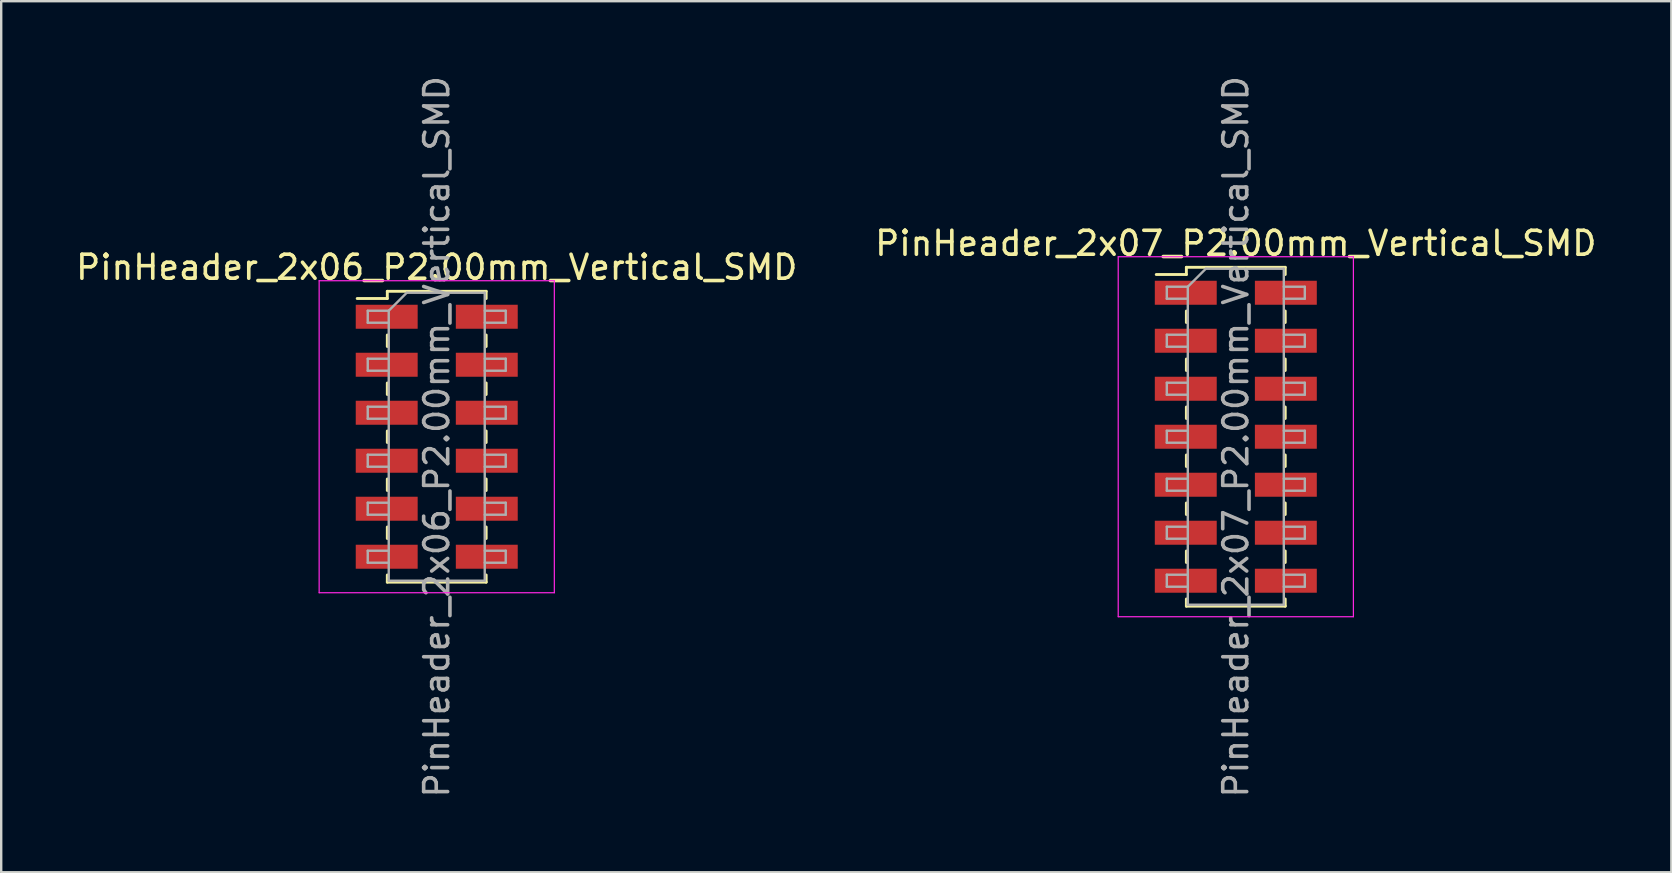
<source format=kicad_pcb>
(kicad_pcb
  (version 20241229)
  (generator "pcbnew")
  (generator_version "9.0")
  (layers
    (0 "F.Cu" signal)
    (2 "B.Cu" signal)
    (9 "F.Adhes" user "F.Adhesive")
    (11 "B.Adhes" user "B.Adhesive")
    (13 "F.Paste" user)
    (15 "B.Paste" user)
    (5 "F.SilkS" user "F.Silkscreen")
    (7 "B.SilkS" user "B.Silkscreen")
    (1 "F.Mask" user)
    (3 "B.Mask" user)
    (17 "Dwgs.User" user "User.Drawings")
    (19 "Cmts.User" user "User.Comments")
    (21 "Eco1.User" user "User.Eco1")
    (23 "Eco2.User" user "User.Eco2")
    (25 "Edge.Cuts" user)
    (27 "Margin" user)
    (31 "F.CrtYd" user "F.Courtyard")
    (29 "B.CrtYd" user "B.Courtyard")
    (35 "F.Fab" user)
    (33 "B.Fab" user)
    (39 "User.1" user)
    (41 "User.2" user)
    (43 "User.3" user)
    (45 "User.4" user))
  (footprint "PinHeader_2x07_P2.00mm_Vertical_SMD"
    (layer "F.Cu")
    (at 48.446 15.149)
    (property "Reference" "PinHeader_2x07_P2.00mm_Vertical_SMD" (at 0 -8.06 0) (layer "F.SilkS") (effects (font (size 1 1) (thickness 0.15))))
    (attr smd)
    (fp_line (start -3.315 -6.76) (end -2.06 -6.76) (stroke (width 0.12) (type solid)) (layer "F.SilkS"))
    (fp_line (start -2.06 -7.06) (end -2.06 -6.76) (stroke (width 0.12) (type solid)) (layer "F.SilkS"))
    (fp_line (start -2.06 -7.06) (end 2.06 -7.06) (stroke (width 0.12) (type solid)) (layer "F.SilkS"))
    (fp_line (start -2.06 -5.24) (end -2.06 -4.76) (stroke (width 0.12) (type solid)) (layer "F.SilkS"))
    (fp_line (start -2.06 -3.24) (end -2.06 -2.76) (stroke (width 0.12) (type solid)) (layer "F.SilkS"))
    (fp_line (start -2.06 -1.24) (end -2.06 -0.76) (stroke (width 0.12) (type solid)) (layer "F.SilkS"))
    (fp_line (start -2.06 0.76) (end -2.06 1.24) (stroke (width 0.12) (type solid)) (layer "F.SilkS"))
    (fp_line (start -2.06 2.76) (end -2.06 3.24) (stroke (width 0.12) (type solid)) (layer "F.SilkS"))
    (fp_line (start -2.06 4.76) (end -2.06 5.24) (stroke (width 0.12) (type solid)) (layer "F.SilkS"))
    (fp_line (start -2.06 6.76) (end -2.06 7.06) (stroke (width 0.12) (type solid)) (layer "F.SilkS"))
    (fp_line (start -2.06 7.06) (end 2.06 7.06) (stroke (width 0.12) (type solid)) (layer "F.SilkS"))
    (fp_line (start 2.06 -7.06) (end 2.06 -6.76) (stroke (width 0.12) (type solid)) (layer "F.SilkS"))
    (fp_line (start 2.06 -5.24) (end 2.06 -4.76) (stroke (width 0.12) (type solid)) (layer "F.SilkS"))
    (fp_line (start 2.06 -3.24) (end 2.06 -2.76) (stroke (width 0.12) (type solid)) (layer "F.SilkS"))
    (fp_line (start 2.06 -1.24) (end 2.06 -0.76) (stroke (width 0.12) (type solid)) (layer "F.SilkS"))
    (fp_line (start 2.06 0.76) (end 2.06 1.24) (stroke (width 0.12) (type solid)) (layer "F.SilkS"))
    (fp_line (start 2.06 2.76) (end 2.06 3.24) (stroke (width 0.12) (type solid)) (layer "F.SilkS"))
    (fp_line (start 2.06 4.76) (end 2.06 5.24) (stroke (width 0.12) (type solid)) (layer "F.SilkS"))
    (fp_line (start 2.06 6.76) (end 2.06 7.06) (stroke (width 0.12) (type solid)) (layer "F.SilkS"))
    (fp_line (start -4.9 -7.5) (end -4.9 7.5) (stroke (width 0.05) (type solid)) (layer "F.CrtYd"))
    (fp_line (start -4.9 7.5) (end 4.9 7.5) (stroke (width 0.05) (type solid)) (layer "F.CrtYd"))
    (fp_line (start 4.9 -7.5) (end -4.9 -7.5) (stroke (width 0.05) (type solid)) (layer "F.CrtYd"))
    (fp_line (start 4.9 7.5) (end 4.9 -7.5) (stroke (width 0.05) (type solid)) (layer "F.CrtYd"))
    (fp_line (start -2.875 -6.25) (end -2.875 -5.75) (stroke (width 0.1) (type solid)) (layer "F.Fab"))
    (fp_line (start -2.875 -5.75) (end -2 -5.75) (stroke (width 0.1) (type solid)) (layer "F.Fab"))
    (fp_line (start -2.875 -4.25) (end -2.875 -3.75) (stroke (width 0.1) (type solid)) (layer "F.Fab"))
    (fp_line (start -2.875 -3.75) (end -2 -3.75) (stroke (width 0.1) (type solid)) (layer "F.Fab"))
    (fp_line (start -2.875 -2.25) (end -2.875 -1.75) (stroke (width 0.1) (type solid)) (layer "F.Fab"))
    (fp_line (start -2.875 -1.75) (end -2 -1.75) (stroke (width 0.1) (type solid)) (layer "F.Fab"))
    (fp_line (start -2.875 -0.25) (end -2.875 0.25) (stroke (width 0.1) (type solid)) (layer "F.Fab"))
    (fp_line (start -2.875 0.25) (end -2 0.25) (stroke (width 0.1) (type solid)) (layer "F.Fab"))
    (fp_line (start -2.875 1.75) (end -2.875 2.25) (stroke (width 0.1) (type solid)) (layer "F.Fab"))
    (fp_line (start -2.875 2.25) (end -2 2.25) (stroke (width 0.1) (type solid)) (layer "F.Fab"))
    (fp_line (start -2.875 3.75) (end -2.875 4.25) (stroke (width 0.1) (type solid)) (layer "F.Fab"))
    (fp_line (start -2.875 4.25) (end -2 4.25) (stroke (width 0.1) (type solid)) (layer "F.Fab"))
    (fp_line (start -2.875 5.75) (end -2.875 6.25) (stroke (width 0.1) (type solid)) (layer "F.Fab"))
    (fp_line (start -2.875 6.25) (end -2 6.25) (stroke (width 0.1) (type solid)) (layer "F.Fab"))
    (fp_line (start -2 -6.25) (end -2.875 -6.25) (stroke (width 0.1) (type solid)) (layer "F.Fab"))
    (fp_line (start -2 -6.25) (end -1.25 -7) (stroke (width 0.1) (type solid)) (layer "F.Fab"))
    (fp_line (start -2 -4.25) (end -2.875 -4.25) (stroke (width 0.1) (type solid)) (layer "F.Fab"))
    (fp_line (start -2 -2.25) (end -2.875 -2.25) (stroke (width 0.1) (type solid)) (layer "F.Fab"))
    (fp_line (start -2 -0.25) (end -2.875 -0.25) (stroke (width 0.1) (type solid)) (layer "F.Fab"))
    (fp_line (start -2 1.75) (end -2.875 1.75) (stroke (width 0.1) (type solid)) (layer "F.Fab"))
    (fp_line (start -2 3.75) (end -2.875 3.75) (stroke (width 0.1) (type solid)) (layer "F.Fab"))
    (fp_line (start -2 5.75) (end -2.875 5.75) (stroke (width 0.1) (type solid)) (layer "F.Fab"))
    (fp_line (start -2 7) (end -2 -6.25) (stroke (width 0.1) (type solid)) (layer "F.Fab"))
    (fp_line (start -1.25 -7) (end 2 -7) (stroke (width 0.1) (type solid)) (layer "F.Fab"))
    (fp_line (start 2 -7) (end 2 7) (stroke (width 0.1) (type solid)) (layer "F.Fab"))
    (fp_line (start 2 -6.25) (end 2.875 -6.25) (stroke (width 0.1) (type solid)) (layer "F.Fab"))
    (fp_line (start 2 -4.25) (end 2.875 -4.25) (stroke (width 0.1) (type solid)) (layer "F.Fab"))
    (fp_line (start 2 -2.25) (end 2.875 -2.25) (stroke (width 0.1) (type solid)) (layer "F.Fab"))
    (fp_line (start 2 -0.25) (end 2.875 -0.25) (stroke (width 0.1) (type solid)) (layer "F.Fab"))
    (fp_line (start 2 1.75) (end 2.875 1.75) (stroke (width 0.1) (type solid)) (layer "F.Fab"))
    (fp_line (start 2 3.75) (end 2.875 3.75) (stroke (width 0.1) (type solid)) (layer "F.Fab"))
    (fp_line (start 2 5.75) (end 2.875 5.75) (stroke (width 0.1) (type solid)) (layer "F.Fab"))
    (fp_line (start 2 7) (end -2 7) (stroke (width 0.1) (type solid)) (layer "F.Fab"))
    (fp_line (start 2.875 -6.25) (end 2.875 -5.75) (stroke (width 0.1) (type solid)) (layer "F.Fab"))
    (fp_line (start 2.875 -5.75) (end 2 -5.75) (stroke (width 0.1) (type solid)) (layer "F.Fab"))
    (fp_line (start 2.875 -4.25) (end 2.875 -3.75) (stroke (width 0.1) (type solid)) (layer "F.Fab"))
    (fp_line (start 2.875 -3.75) (end 2 -3.75) (stroke (width 0.1) (type solid)) (layer "F.Fab"))
    (fp_line (start 2.875 -2.25) (end 2.875 -1.75) (stroke (width 0.1) (type solid)) (layer "F.Fab"))
    (fp_line (start 2.875 -1.75) (end 2 -1.75) (stroke (width 0.1) (type solid)) (layer "F.Fab"))
    (fp_line (start 2.875 -0.25) (end 2.875 0.25) (stroke (width 0.1) (type solid)) (layer "F.Fab"))
    (fp_line (start 2.875 0.25) (end 2 0.25) (stroke (width 0.1) (type solid)) (layer "F.Fab"))
    (fp_line (start 2.875 1.75) (end 2.875 2.25) (stroke (width 0.1) (type solid)) (layer "F.Fab"))
    (fp_line (start 2.875 2.25) (end 2 2.25) (stroke (width 0.1) (type solid)) (layer "F.Fab"))
    (fp_line (start 2.875 3.75) (end 2.875 4.25) (stroke (width 0.1) (type solid)) (layer "F.Fab"))
    (fp_line (start 2.875 4.25) (end 2 4.25) (stroke (width 0.1) (type solid)) (layer "F.Fab"))
    (fp_line (start 2.875 5.75) (end 2.875 6.25) (stroke (width 0.1) (type solid)) (layer "F.Fab"))
    (fp_line (start 2.875 6.25) (end 2 6.25) (stroke (width 0.1) (type solid)) (layer "F.Fab"))
    (fp_text user "${REFERENCE}" (at 0 0 90) (layer "F.Fab") (effects (font (size 1 1) (thickness 0.15))))
    (pad "1" smd rect (at -2.085 -6) (size 2.58 1) (layers "F.Cu" "F.Mask" "F.Paste"))
    (pad "2" smd rect (at 2.085 -6) (size 2.58 1) (layers "F.Cu" "F.Mask" "F.Paste"))
    (pad "3" smd rect (at -2.085 -4) (size 2.58 1) (layers "F.Cu" "F.Mask" "F.Paste"))
    (pad "4" smd rect (at 2.085 -4) (size 2.58 1) (layers "F.Cu" "F.Mask" "F.Paste"))
    (pad "5" smd rect (at -2.085 -2) (size 2.58 1) (layers "F.Cu" "F.Mask" "F.Paste"))
    (pad "6" smd rect (at 2.085 -2) (size 2.58 1) (layers "F.Cu" "F.Mask" "F.Paste"))
    (pad "7" smd rect (at -2.085 0) (size 2.58 1) (layers "F.Cu" "F.Mask" "F.Paste"))
    (pad "8" smd rect (at 2.085 0) (size 2.58 1) (layers "F.Cu" "F.Mask" "F.Paste"))
    (pad "9" smd rect (at -2.085 2) (size 2.58 1) (layers "F.Cu" "F.Mask" "F.Paste"))
    (pad "10" smd rect (at 2.085 2) (size 2.58 1) (layers "F.Cu" "F.Mask" "F.Paste"))
    (pad "11" smd rect (at -2.085 4) (size 2.58 1) (layers "F.Cu" "F.Mask" "F.Paste"))
    (pad "12" smd rect (at 2.085 4) (size 2.58 1) (layers "F.Cu" "F.Mask" "F.Paste"))
    (pad "13" smd rect (at -2.085 6) (size 2.58 1) (layers "F.Cu" "F.Mask" "F.Paste"))
    (pad "14" smd rect (at 2.085 6) (size 2.58 1) (layers "F.Cu" "F.Mask" "F.Paste")))
  (footprint "PinHeader_2x06_P2.00mm_Vertical_SMD"
    (layer "F.Cu")
    (at 15.149 15.149)
    (property "Reference" "PinHeader_2x06_P2.00mm_Vertical_SMD" (at 0 -7.06 0) (layer "F.SilkS") (effects (font (size 1 1) (thickness 0.15))))
    (attr smd)
    (fp_line (start -3.315 -5.76) (end -2.06 -5.76) (stroke (width 0.12) (type solid)) (layer "F.SilkS"))
    (fp_line (start -2.06 -6.06) (end -2.06 -5.76) (stroke (width 0.12) (type solid)) (layer "F.SilkS"))
    (fp_line (start -2.06 -6.06) (end 2.06 -6.06) (stroke (width 0.12) (type solid)) (layer "F.SilkS"))
    (fp_line (start -2.06 -4.24) (end -2.06 -3.76) (stroke (width 0.12) (type solid)) (layer "F.SilkS"))
    (fp_line (start -2.06 -2.24) (end -2.06 -1.76) (stroke (width 0.12) (type solid)) (layer "F.SilkS"))
    (fp_line (start -2.06 -0.24) (end -2.06 0.24) (stroke (width 0.12) (type solid)) (layer "F.SilkS"))
    (fp_line (start -2.06 1.76) (end -2.06 2.24) (stroke (width 0.12) (type solid)) (layer "F.SilkS"))
    (fp_line (start -2.06 3.76) (end -2.06 4.24) (stroke (width 0.12) (type solid)) (layer "F.SilkS"))
    (fp_line (start -2.06 5.76) (end -2.06 6.06) (stroke (width 0.12) (type solid)) (layer "F.SilkS"))
    (fp_line (start -2.06 6.06) (end 2.06 6.06) (stroke (width 0.12) (type solid)) (layer "F.SilkS"))
    (fp_line (start 2.06 -6.06) (end 2.06 -5.76) (stroke (width 0.12) (type solid)) (layer "F.SilkS"))
    (fp_line (start 2.06 -4.24) (end 2.06 -3.76) (stroke (width 0.12) (type solid)) (layer "F.SilkS"))
    (fp_line (start 2.06 -2.24) (end 2.06 -1.76) (stroke (width 0.12) (type solid)) (layer "F.SilkS"))
    (fp_line (start 2.06 -0.24) (end 2.06 0.24) (stroke (width 0.12) (type solid)) (layer "F.SilkS"))
    (fp_line (start 2.06 1.76) (end 2.06 2.24) (stroke (width 0.12) (type solid)) (layer "F.SilkS"))
    (fp_line (start 2.06 3.76) (end 2.06 4.24) (stroke (width 0.12) (type solid)) (layer "F.SilkS"))
    (fp_line (start 2.06 5.76) (end 2.06 6.06) (stroke (width 0.12) (type solid)) (layer "F.SilkS"))
    (fp_line (start -4.9 -6.5) (end -4.9 6.5) (stroke (width 0.05) (type solid)) (layer "F.CrtYd"))
    (fp_line (start -4.9 6.5) (end 4.9 6.5) (stroke (width 0.05) (type solid)) (layer "F.CrtYd"))
    (fp_line (start 4.9 -6.5) (end -4.9 -6.5) (stroke (width 0.05) (type solid)) (layer "F.CrtYd"))
    (fp_line (start 4.9 6.5) (end 4.9 -6.5) (stroke (width 0.05) (type solid)) (layer "F.CrtYd"))
    (fp_line (start -2.875 -5.25) (end -2.875 -4.75) (stroke (width 0.1) (type solid)) (layer "F.Fab"))
    (fp_line (start -2.875 -4.75) (end -2 -4.75) (stroke (width 0.1) (type solid)) (layer "F.Fab"))
    (fp_line (start -2.875 -3.25) (end -2.875 -2.75) (stroke (width 0.1) (type solid)) (layer "F.Fab"))
    (fp_line (start -2.875 -2.75) (end -2 -2.75) (stroke (width 0.1) (type solid)) (layer "F.Fab"))
    (fp_line (start -2.875 -1.25) (end -2.875 -0.75) (stroke (width 0.1) (type solid)) (layer "F.Fab"))
    (fp_line (start -2.875 -0.75) (end -2 -0.75) (stroke (width 0.1) (type solid)) (layer "F.Fab"))
    (fp_line (start -2.875 0.75) (end -2.875 1.25) (stroke (width 0.1) (type solid)) (layer "F.Fab"))
    (fp_line (start -2.875 1.25) (end -2 1.25) (stroke (width 0.1) (type solid)) (layer "F.Fab"))
    (fp_line (start -2.875 2.75) (end -2.875 3.25) (stroke (width 0.1) (type solid)) (layer "F.Fab"))
    (fp_line (start -2.875 3.25) (end -2 3.25) (stroke (width 0.1) (type solid)) (layer "F.Fab"))
    (fp_line (start -2.875 4.75) (end -2.875 5.25) (stroke (width 0.1) (type solid)) (layer "F.Fab"))
    (fp_line (start -2.875 5.25) (end -2 5.25) (stroke (width 0.1) (type solid)) (layer "F.Fab"))
    (fp_line (start -2 -5.25) (end -2.875 -5.25) (stroke (width 0.1) (type solid)) (layer "F.Fab"))
    (fp_line (start -2 -5.25) (end -1.25 -6) (stroke (width 0.1) (type solid)) (layer "F.Fab"))
    (fp_line (start -2 -3.25) (end -2.875 -3.25) (stroke (width 0.1) (type solid)) (layer "F.Fab"))
    (fp_line (start -2 -1.25) (end -2.875 -1.25) (stroke (width 0.1) (type solid)) (layer "F.Fab"))
    (fp_line (start -2 0.75) (end -2.875 0.75) (stroke (width 0.1) (type solid)) (layer "F.Fab"))
    (fp_line (start -2 2.75) (end -2.875 2.75) (stroke (width 0.1) (type solid)) (layer "F.Fab"))
    (fp_line (start -2 4.75) (end -2.875 4.75) (stroke (width 0.1) (type solid)) (layer "F.Fab"))
    (fp_line (start -2 6) (end -2 -5.25) (stroke (width 0.1) (type solid)) (layer "F.Fab"))
    (fp_line (start -1.25 -6) (end 2 -6) (stroke (width 0.1) (type solid)) (layer "F.Fab"))
    (fp_line (start 2 -6) (end 2 6) (stroke (width 0.1) (type solid)) (layer "F.Fab"))
    (fp_line (start 2 -5.25) (end 2.875 -5.25) (stroke (width 0.1) (type solid)) (layer "F.Fab"))
    (fp_line (start 2 -3.25) (end 2.875 -3.25) (stroke (width 0.1) (type solid)) (layer "F.Fab"))
    (fp_line (start 2 -1.25) (end 2.875 -1.25) (stroke (width 0.1) (type solid)) (layer "F.Fab"))
    (fp_line (start 2 0.75) (end 2.875 0.75) (stroke (width 0.1) (type solid)) (layer "F.Fab"))
    (fp_line (start 2 2.75) (end 2.875 2.75) (stroke (width 0.1) (type solid)) (layer "F.Fab"))
    (fp_line (start 2 4.75) (end 2.875 4.75) (stroke (width 0.1) (type solid)) (layer "F.Fab"))
    (fp_line (start 2 6) (end -2 6) (stroke (width 0.1) (type solid)) (layer "F.Fab"))
    (fp_line (start 2.875 -5.25) (end 2.875 -4.75) (stroke (width 0.1) (type solid)) (layer "F.Fab"))
    (fp_line (start 2.875 -4.75) (end 2 -4.75) (stroke (width 0.1) (type solid)) (layer "F.Fab"))
    (fp_line (start 2.875 -3.25) (end 2.875 -2.75) (stroke (width 0.1) (type solid)) (layer "F.Fab"))
    (fp_line (start 2.875 -2.75) (end 2 -2.75) (stroke (width 0.1) (type solid)) (layer "F.Fab"))
    (fp_line (start 2.875 -1.25) (end 2.875 -0.75) (stroke (width 0.1) (type solid)) (layer "F.Fab"))
    (fp_line (start 2.875 -0.75) (end 2 -0.75) (stroke (width 0.1) (type solid)) (layer "F.Fab"))
    (fp_line (start 2.875 0.75) (end 2.875 1.25) (stroke (width 0.1) (type solid)) (layer "F.Fab"))
    (fp_line (start 2.875 1.25) (end 2 1.25) (stroke (width 0.1) (type solid)) (layer "F.Fab"))
    (fp_line (start 2.875 2.75) (end 2.875 3.25) (stroke (width 0.1) (type solid)) (layer "F.Fab"))
    (fp_line (start 2.875 3.25) (end 2 3.25) (stroke (width 0.1) (type solid)) (layer "F.Fab"))
    (fp_line (start 2.875 4.75) (end 2.875 5.25) (stroke (width 0.1) (type solid)) (layer "F.Fab"))
    (fp_line (start 2.875 5.25) (end 2 5.25) (stroke (width 0.1) (type solid)) (layer "F.Fab"))
    (fp_text user "${REFERENCE}" (at 0 0 90) (layer "F.Fab") (effects (font (size 1 1) (thickness 0.15))))
    (pad "1" smd rect (at -2.085 -5) (size 2.58 1) (layers "F.Cu" "F.Mask" "F.Paste"))
    (pad "2" smd rect (at 2.085 -5) (size 2.58 1) (layers "F.Cu" "F.Mask" "F.Paste"))
    (pad "3" smd rect (at -2.085 -3) (size 2.58 1) (layers "F.Cu" "F.Mask" "F.Paste"))
    (pad "4" smd rect (at 2.085 -3) (size 2.58 1) (layers "F.Cu" "F.Mask" "F.Paste"))
    (pad "5" smd rect (at -2.085 -1) (size 2.58 1) (layers "F.Cu" "F.Mask" "F.Paste"))
    (pad "6" smd rect (at 2.085 -1) (size 2.58 1) (layers "F.Cu" "F.Mask" "F.Paste"))
    (pad "7" smd rect (at -2.085 1) (size 2.58 1) (layers "F.Cu" "F.Mask" "F.Paste"))
    (pad "8" smd rect (at 2.085 1) (size 2.58 1) (layers "F.Cu" "F.Mask" "F.Paste"))
    (pad "9" smd rect (at -2.085 3) (size 2.58 1) (layers "F.Cu" "F.Mask" "F.Paste"))
    (pad "10" smd rect (at 2.085 3) (size 2.58 1) (layers "F.Cu" "F.Mask" "F.Paste"))
    (pad "11" smd rect (at -2.085 5) (size 2.58 1) (layers "F.Cu" "F.Mask" "F.Paste"))
    (pad "12" smd rect (at 2.085 5) (size 2.58 1) (layers "F.Cu" "F.Mask" "F.Paste")))
  (gr_rect
    (start -3 -3)
    (end 66.595 33.298)
    (stroke (width 0.1) (type default))
    (fill no)
    (layer "Edge.Cuts")))
</source>
